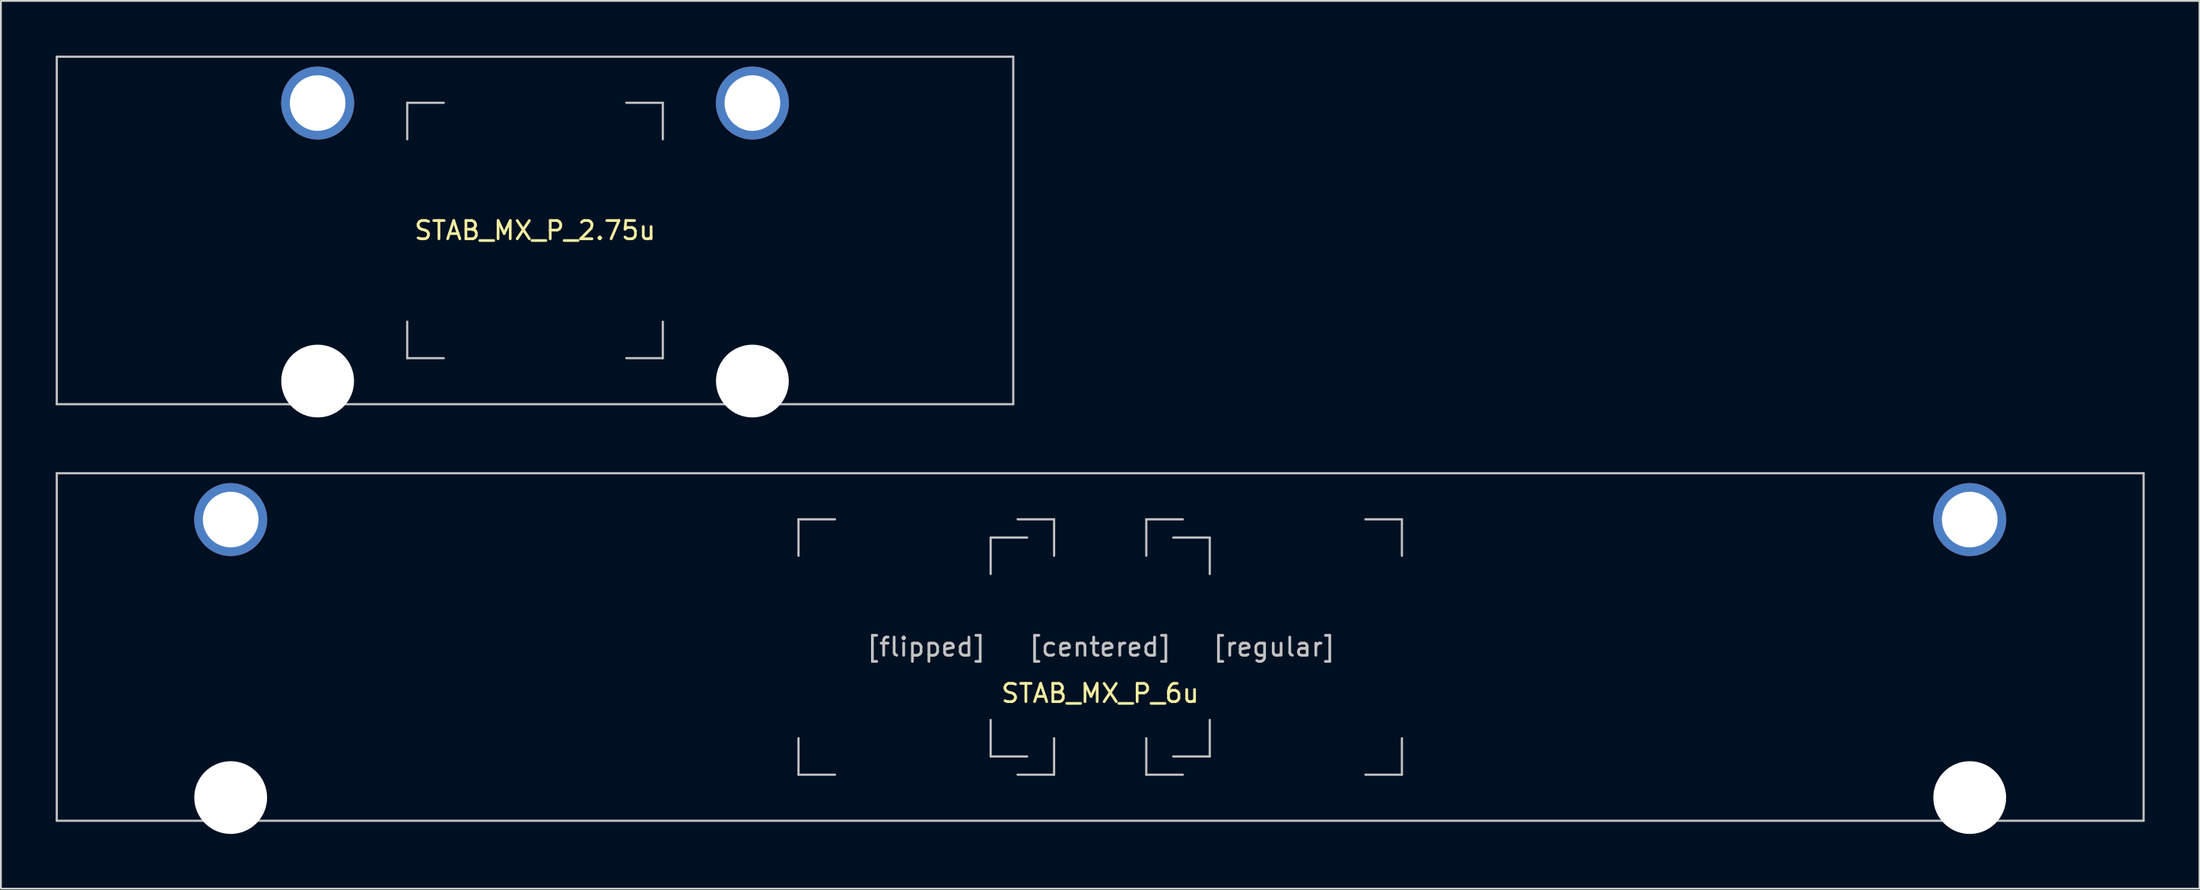
<source format=kicad_pcb>
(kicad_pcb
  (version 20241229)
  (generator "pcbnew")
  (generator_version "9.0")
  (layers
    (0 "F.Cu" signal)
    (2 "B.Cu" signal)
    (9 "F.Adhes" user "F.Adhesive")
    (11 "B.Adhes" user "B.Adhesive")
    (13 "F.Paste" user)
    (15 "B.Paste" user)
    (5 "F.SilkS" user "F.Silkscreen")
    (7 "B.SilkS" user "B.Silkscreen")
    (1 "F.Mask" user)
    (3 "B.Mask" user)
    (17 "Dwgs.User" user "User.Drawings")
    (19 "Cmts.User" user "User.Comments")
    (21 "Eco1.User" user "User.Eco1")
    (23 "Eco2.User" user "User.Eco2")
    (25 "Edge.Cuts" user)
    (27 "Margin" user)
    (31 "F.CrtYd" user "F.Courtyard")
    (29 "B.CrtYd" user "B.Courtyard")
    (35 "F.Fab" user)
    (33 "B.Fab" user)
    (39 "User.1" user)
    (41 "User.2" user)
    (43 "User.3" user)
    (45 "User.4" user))
  (footprint "STAB_MX_P_6u"
    (layer "F.Cu")
    (at 57.21 32.419)
    (property "Reference" "STAB_MX_P_6u" (at 0 2.54 0) (layer "F.SilkS") (effects (font (size 1 1) (thickness 0.15))))
    (attr through_hole exclude_from_pos_files)
    (fp_line (start -57.15 -9.525) (end -57.15 9.525) (stroke (width 0.12) (type solid)) (layer "Dwgs.User"))
    (fp_line (start -57.15 9.525) (end 57.15 9.525) (stroke (width 0.12) (type solid)) (layer "Dwgs.User"))
    (fp_line (start -16.525 -7) (end -14.525 -7) (stroke (width 0.12) (type solid)) (layer "Dwgs.User"))
    (fp_line (start -16.525 -5) (end -16.525 -7) (stroke (width 0.12) (type solid)) (layer "Dwgs.User"))
    (fp_line (start -16.525 7) (end -16.525 5) (stroke (width 0.12) (type solid)) (layer "Dwgs.User"))
    (fp_line (start -14.525 7) (end -16.525 7) (stroke (width 0.12) (type solid)) (layer "Dwgs.User"))
    (fp_line (start -6 -6) (end -4 -6) (stroke (width 0.12) (type solid)) (layer "Dwgs.User"))
    (fp_line (start -6 -4) (end -6 -6) (stroke (width 0.12) (type solid)) (layer "Dwgs.User"))
    (fp_line (start -6 6) (end -6 4) (stroke (width 0.12) (type solid)) (layer "Dwgs.User"))
    (fp_line (start -4.525 -7) (end -2.525 -7) (stroke (width 0.12) (type solid)) (layer "Dwgs.User"))
    (fp_line (start -4.525 7) (end -2.525 7) (stroke (width 0.12) (type solid)) (layer "Dwgs.User"))
    (fp_line (start -4 6) (end -6 6) (stroke (width 0.12) (type solid)) (layer "Dwgs.User"))
    (fp_line (start -2.525 -7) (end -2.525 -5) (stroke (width 0.12) (type solid)) (layer "Dwgs.User"))
    (fp_line (start -2.525 7) (end -2.525 5) (stroke (width 0.12) (type solid)) (layer "Dwgs.User"))
    (fp_line (start 2.525 -7) (end 4.525 -7) (stroke (width 0.12) (type solid)) (layer "Dwgs.User"))
    (fp_line (start 2.525 -5) (end 2.525 -7) (stroke (width 0.12) (type solid)) (layer "Dwgs.User"))
    (fp_line (start 2.525 7) (end 2.525 5) (stroke (width 0.12) (type solid)) (layer "Dwgs.User"))
    (fp_line (start 4 6) (end 6 6) (stroke (width 0.12) (type solid)) (layer "Dwgs.User"))
    (fp_line (start 4.525 7) (end 2.525 7) (stroke (width 0.12) (type solid)) (layer "Dwgs.User"))
    (fp_line (start 6 -6) (end 4 -6) (stroke (width 0.12) (type solid)) (layer "Dwgs.User"))
    (fp_line (start 6 -4) (end 6 -6) (stroke (width 0.12) (type solid)) (layer "Dwgs.User"))
    (fp_line (start 6 6) (end 6 4) (stroke (width 0.12) (type solid)) (layer "Dwgs.User"))
    (fp_line (start 14.525 -7) (end 16.525 -7) (stroke (width 0.12) (type solid)) (layer "Dwgs.User"))
    (fp_line (start 14.525 7) (end 16.525 7) (stroke (width 0.12) (type solid)) (layer "Dwgs.User"))
    (fp_line (start 16.525 -7) (end 16.525 -5) (stroke (width 0.12) (type solid)) (layer "Dwgs.User"))
    (fp_line (start 16.525 7) (end 16.525 5) (stroke (width 0.12) (type solid)) (layer "Dwgs.User"))
    (fp_line (start 57.15 -9.525) (end -57.15 -9.525) (stroke (width 0.12) (type solid)) (layer "Dwgs.User"))
    (fp_line (start 57.15 -9.525) (end 57.15 9.525) (stroke (width 0.12) (type solid)) (layer "Dwgs.User"))
    (fp_line (start -51 -5.5) (end -51 7.5) (stroke (width 0.05) (type solid)) (layer "Eco2.User"))
    (fp_line (start -50.5 -6) (end -44.75 -6) (stroke (width 0.05) (type solid)) (layer "Eco2.User"))
    (fp_line (start -50.5 8) (end -44.75 8) (stroke (width 0.05) (type solid)) (layer "Eco2.User"))
    (fp_line (start -44.25 -5.5) (end -44.25 7.5) (stroke (width 0.05) (type solid)) (layer "Eco2.User"))
    (fp_line (start 44.25 -5.5) (end 44.25 7.5) (stroke (width 0.05) (type solid)) (layer "Eco2.User"))
    (fp_line (start 44.75 -6) (end 50.499 -6) (stroke (width 0.05) (type solid)) (layer "Eco2.User"))
    (fp_line (start 44.75 8) (end 50.5 8) (stroke (width 0.05) (type solid)) (layer "Eco2.User"))
    (fp_line (start 50.999 -5.5) (end 51 7.5) (stroke (width 0.05) (type solid)) (layer "Eco2.User"))
    (fp_arc (start -51 -5.499999) (mid -50.853553 -5.853552) (end -50.5 -5.999999) (stroke (width 0.05) (type solid)) (layer "Eco2.User"))
    (fp_arc (start -50.5 8.000001) (mid -50.853553 7.853554) (end -51 7.500001) (stroke (width 0.05) (type solid)) (layer "Eco2.User"))
    (fp_arc (start -44.75 -5.999999) (mid -44.396447 -5.853552) (end -44.25 -5.499999) (stroke (width 0.05) (type solid)) (layer "Eco2.User"))
    (fp_arc (start -44.25 7.500001) (mid -44.396447 7.853554) (end -44.75 8.000001) (stroke (width 0.05) (type solid)) (layer "Eco2.User"))
    (fp_arc (start 44.25 -5.499999) (mid 44.396446 -5.853553) (end 44.75 -5.999999) (stroke (width 0.05) (type solid)) (layer "Eco2.User"))
    (fp_arc (start 44.75 8.000001) (mid 44.396446 7.853554) (end 44.25 7.500001) (stroke (width 0.05) (type solid)) (layer "Eco2.User"))
    (fp_arc (start 50.498789 -5.999999) (mid 50.852349 -5.853556) (end 50.998789 -5.499999) (stroke (width 0.05) (type solid)) (layer "Eco2.User"))
    (fp_arc (start 51 7.500001) (mid 50.853553 7.853554) (end 50.5 8.000001) (stroke (width 0.05) (type solid)) (layer "Eco2.User"))
    (fp_text user "[centered]" (at 0 0 0) (layer "Dwgs.User") (effects (font (size 1 1) (thickness 0.15))))
    (fp_text user "[flipped]" (at -9.525 0 0) (layer "Dwgs.User") (effects (font (size 1 1) (thickness 0.15))))
    (fp_text user "[regular]" (at 9.525 0 0) (layer "Dwgs.User") (effects (font (size 1 1) (thickness 0.15))))
    (pad "" thru_hole circle (at -47.625 -6.985) (size 4 4) (drill 3.048) (layers "*.Cu" "B.Mask"))
    (pad "" np_thru_hole circle (at -47.625 8.255) (size 3.988 3.988) (drill 3.988) (layers "*.Cu" "*.Mask"))
    (pad "" thru_hole circle (at 47.625 -6.985) (size 4 4) (drill 3.048) (layers "*.Cu" "B.Mask"))
    (pad "" np_thru_hole circle (at 47.625 8.255) (size 3.988 3.988) (drill 3.988) (layers "*.Cu" "*.Mask")))
  (footprint "STAB_MX_P_2.75u"
    (layer "F.Cu")
    (at 26.254 9.585)
    (property "Reference" "STAB_MX_P_2.75u" (at 0 0 180) (layer "F.SilkS") (effects (font (size 1 1) (thickness 0.15))))
    (attr through_hole exclude_from_pos_files)
    (fp_line (start -26.194 -9.525) (end -26.194 9.525) (stroke (width 0.12) (type solid)) (layer "Dwgs.User"))
    (fp_line (start -26.194 -9.525) (end 26.194 -9.525) (stroke (width 0.12) (type solid)) (layer "Dwgs.User"))
    (fp_line (start -26.194 9.525) (end 26.194 9.525) (stroke (width 0.12) (type solid)) (layer "Dwgs.User"))
    (fp_line (start -7 -7) (end -5 -7) (stroke (width 0.12) (type solid)) (layer "Dwgs.User"))
    (fp_line (start -7 -5) (end -7 -7) (stroke (width 0.12) (type solid)) (layer "Dwgs.User"))
    (fp_line (start -7 7) (end -7 5) (stroke (width 0.12) (type solid)) (layer "Dwgs.User"))
    (fp_line (start -5 7) (end -7 7) (stroke (width 0.12) (type solid)) (layer "Dwgs.User"))
    (fp_line (start 5 -7) (end 7 -7) (stroke (width 0.12) (type solid)) (layer "Dwgs.User"))
    (fp_line (start 5 7) (end 7 7) (stroke (width 0.12) (type solid)) (layer "Dwgs.User"))
    (fp_line (start 7 -7) (end 7 -5) (stroke (width 0.12) (type solid)) (layer "Dwgs.User"))
    (fp_line (start 7 7) (end 7 5) (stroke (width 0.12) (type solid)) (layer "Dwgs.User"))
    (fp_line (start 26.194 -9.525) (end 26.194 9.525) (stroke (width 0.12) (type solid)) (layer "Dwgs.User"))
    (fp_line (start -15.281 -5.5) (end -15.281 7.5) (stroke (width 0.05) (type solid)) (layer "Eco2.User"))
    (fp_line (start -14.781 -6) (end -9.031 -6) (stroke (width 0.05) (type solid)) (layer "Eco2.User"))
    (fp_line (start -14.781 8) (end -9.031 8) (stroke (width 0.05) (type solid)) (layer "Eco2.User"))
    (fp_line (start -8.531 -5.5) (end -8.531 7.5) (stroke (width 0.05) (type solid)) (layer "Eco2.User"))
    (fp_line (start 8.531 -5.5) (end 8.531 7.5) (stroke (width 0.05) (type solid)) (layer "Eco2.User"))
    (fp_line (start 9.031 -6) (end 14.78 -6) (stroke (width 0.05) (type solid)) (layer "Eco2.User"))
    (fp_line (start 9.031 8) (end 14.781 8) (stroke (width 0.05) (type solid)) (layer "Eco2.User"))
    (fp_line (start 15.28 -5.5) (end 15.281 7.5) (stroke (width 0.05) (type solid)) (layer "Eco2.User"))
    (fp_arc (start -15.28125 -5.499999) (mid -15.134803 -5.853552) (end -14.78125 -5.999999) (stroke (width 0.05) (type solid)) (layer "Eco2.User"))
    (fp_arc (start -14.78125 8.000001) (mid -15.134803 7.853554) (end -15.28125 7.500001) (stroke (width 0.05) (type solid)) (layer "Eco2.User"))
    (fp_arc (start -9.03125 -5.999999) (mid -8.677697 -5.853552) (end -8.53125 -5.499999) (stroke (width 0.05) (type solid)) (layer "Eco2.User"))
    (fp_arc (start -8.53125 7.500001) (mid -8.677697 7.853554) (end -9.03125 8.000001) (stroke (width 0.05) (type solid)) (layer "Eco2.User"))
    (fp_arc (start 8.53125 -5.499999) (mid 8.677685 -5.853565) (end 9.03125 -5.999999) (stroke (width 0.05) (type solid)) (layer "Eco2.User"))
    (fp_arc (start 9.03125 8.000001) (mid 8.677693 7.853543) (end 8.53125 7.500001) (stroke (width 0.05) (type solid)) (layer "Eco2.User"))
    (fp_arc (start 14.780039 -5.999999) (mid 15.133602 -5.853545) (end 15.280039 -5.499999) (stroke (width 0.05) (type solid)) (layer "Eco2.User"))
    (fp_arc (start 15.28125 7.500001) (mid 15.1348 7.853536) (end 14.78125 8.000001) (stroke (width 0.05) (type solid)) (layer "Eco2.User"))
    (pad "" thru_hole circle (at -11.906 -6.985) (size 4 4) (drill 3.048) (layers "*.Cu" "B.Mask"))
    (pad "" np_thru_hole circle (at -11.906 8.255) (size 3.988 3.988) (drill 3.988) (layers "*.Cu" "*.Mask"))
    (pad "" thru_hole circle (at 11.906 -6.985) (size 4 4) (drill 3.048) (layers "*.Cu" "B.Mask"))
    (pad "" np_thru_hole circle (at 11.906 8.255) (size 3.988 3.988) (drill 3.988) (layers "*.Cu" "*.Mask")))
  (gr_rect
    (start -3 -3)
    (end 117.42 45.668)
    (stroke (width 0.1) (type default))
    (fill no)
    (layer "Edge.Cuts")))
</source>
